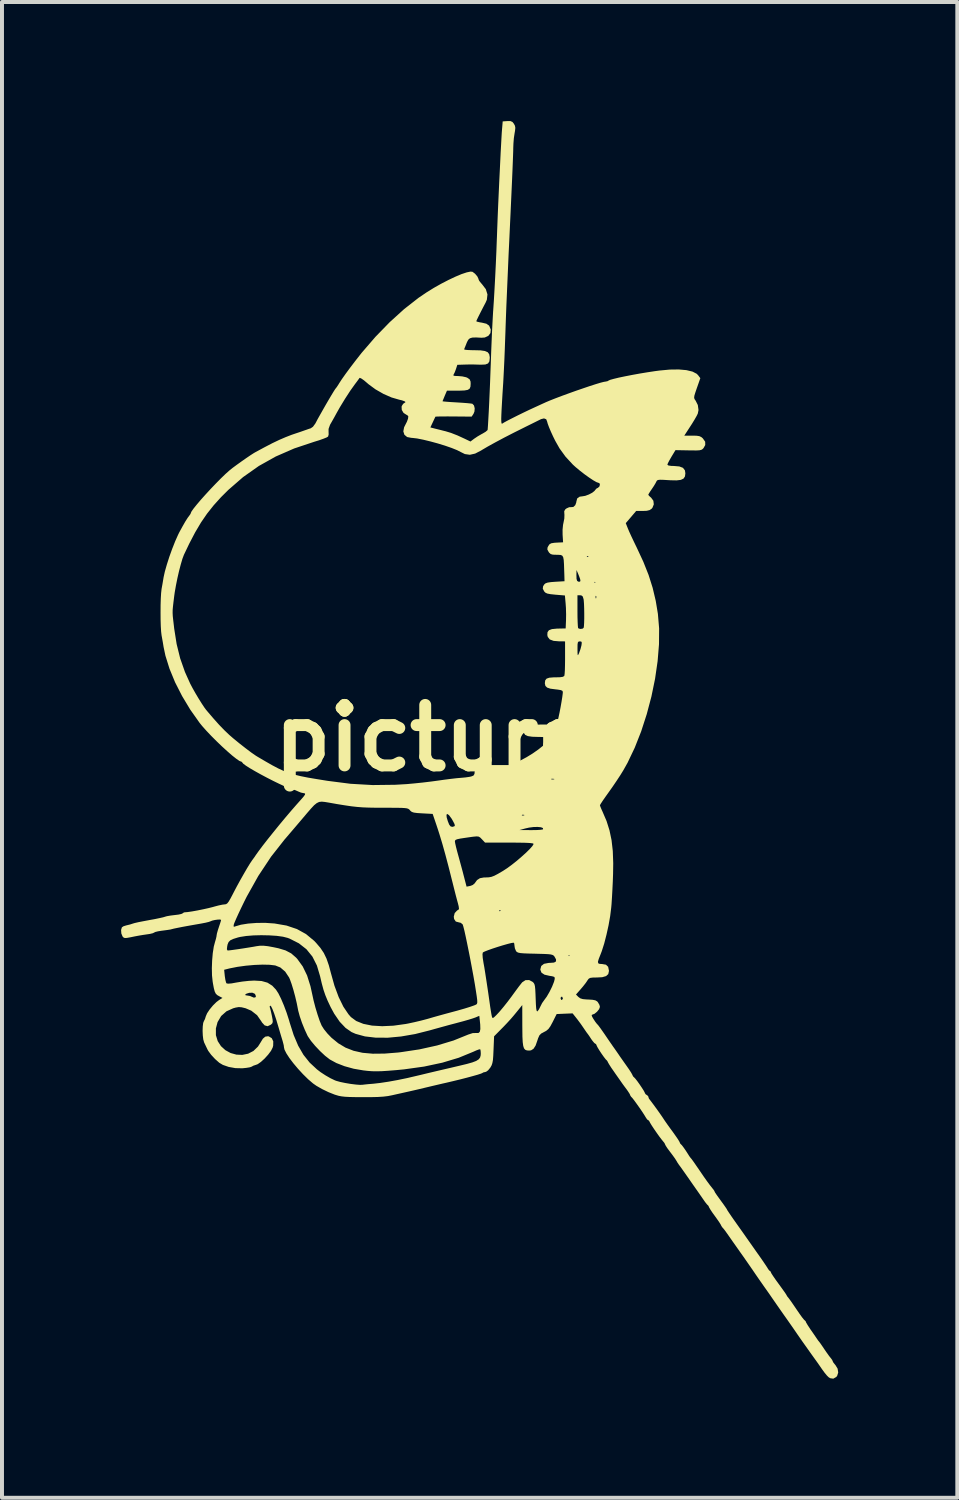
<source format=kicad_pcb>
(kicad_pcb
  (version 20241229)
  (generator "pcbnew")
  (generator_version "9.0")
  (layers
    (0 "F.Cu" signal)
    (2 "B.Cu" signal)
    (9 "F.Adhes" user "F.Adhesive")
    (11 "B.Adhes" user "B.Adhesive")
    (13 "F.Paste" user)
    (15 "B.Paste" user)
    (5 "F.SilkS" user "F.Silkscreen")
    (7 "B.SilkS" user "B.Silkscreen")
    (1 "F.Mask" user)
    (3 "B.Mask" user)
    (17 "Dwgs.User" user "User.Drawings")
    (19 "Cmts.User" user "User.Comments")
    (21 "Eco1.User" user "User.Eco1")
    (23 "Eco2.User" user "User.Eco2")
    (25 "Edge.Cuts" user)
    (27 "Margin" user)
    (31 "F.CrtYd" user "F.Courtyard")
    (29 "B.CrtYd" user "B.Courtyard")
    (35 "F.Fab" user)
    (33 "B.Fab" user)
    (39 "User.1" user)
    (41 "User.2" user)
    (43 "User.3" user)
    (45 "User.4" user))
  (footprint "picture"
    (layer "F.Cu")
    (at 7.842 15.54)
    (property "Reference" "picture" (at 0 0 0) (layer "F.SilkS") (effects (font (size 1.524 1.524) (thickness 0.3))))
    (attr board_only exclude_from_pos_files exclude_from_bom)
    (fp_poly (pts (xy 1.966 -15.54) (xy 2.016 -15.518) (xy 2.052 -15.473) (xy 2.079 -15.422) (xy 2.088 -15.369) (xy 2.08 -15.293) (xy 2.069 -15.23) (xy 2.051 -15.111) (xy 2.04 -14.969) (xy 2.036 -14.859) (xy 2.035 -14.794) (xy 2.031 -14.679) (xy 2.025 -14.517) (xy 2.017 -14.316) (xy 2.007 -14.081) (xy 1.995 -13.817) (xy 1.982 -13.53) (xy 1.968 -13.224) (xy 1.953 -12.907) (xy 1.952 -12.884) (xy 1.936 -12.541) (xy 1.919 -12.19) (xy 1.904 -11.84) (xy 1.889 -11.498) (xy 1.875 -11.174) (xy 1.862 -10.875) (xy 1.852 -10.611) (xy 1.844 -10.389) (xy 1.84 -10.265) (xy 1.831 -10.021) (xy 1.822 -9.77) (xy 1.812 -9.523) (xy 1.801 -9.295) (xy 1.791 -9.097) (xy 1.783 -8.948) (xy 1.765 -8.673) (xy 1.752 -8.449) (xy 1.742 -8.272) (xy 1.736 -8.137) (xy 1.733 -8.039) (xy 1.735 -7.973) (xy 1.739 -7.935) (xy 1.747 -7.918) (xy 1.758 -7.919) (xy 1.762 -7.922) (xy 1.804 -7.948) (xy 1.888 -7.994) (xy 2.003 -8.053) (xy 2.138 -8.121) (xy 2.285 -8.193) (xy 2.433 -8.264) (xy 2.563 -8.324) (xy 2.672 -8.374) (xy 2.772 -8.42) (xy 2.843 -8.452) (xy 2.846 -8.454) (xy 2.952 -8.499) (xy 3.091 -8.554) (xy 3.254 -8.616) (xy 3.432 -8.681) (xy 3.616 -8.747) (xy 3.797 -8.809) (xy 3.967 -8.867) (xy 4.117 -8.915) (xy 4.237 -8.951) (xy 4.319 -8.972) (xy 4.348 -8.976) (xy 4.409 -8.988) (xy 4.433 -9.002) (xy 4.475 -9.022) (xy 4.565 -9.047) (xy 4.693 -9.078) (xy 4.851 -9.111) (xy 5.03 -9.146) (xy 5.222 -9.181) (xy 5.417 -9.213) (xy 5.607 -9.242) (xy 5.721 -9.257) (xy 5.979 -9.281) (xy 6.206 -9.284) (xy 6.398 -9.267) (xy 6.551 -9.23) (xy 6.657 -9.175) (xy 6.692 -9.139) (xy 6.748 -9.065) (xy 6.661 -8.817) (xy 6.621 -8.7) (xy 6.598 -8.624) (xy 6.592 -8.575) (xy 6.6 -8.541) (xy 6.621 -8.509) (xy 6.628 -8.501) (xy 6.685 -8.388) (xy 6.702 -8.262) (xy 6.684 -8.172) (xy 6.655 -8.113) (xy 6.603 -8.022) (xy 6.537 -7.914) (xy 6.498 -7.854) (xy 6.344 -7.617) (xy 6.543 -7.617) (xy 6.653 -7.615) (xy 6.724 -7.604) (xy 6.774 -7.58) (xy 6.811 -7.548) (xy 6.87 -7.464) (xy 6.872 -7.381) (xy 6.829 -7.304) (xy 6.803 -7.277) (xy 6.772 -7.259) (xy 6.724 -7.248) (xy 6.648 -7.244) (xy 6.532 -7.245) (xy 6.45 -7.246) (xy 6.122 -7.252) (xy 6.02 -7.084) (xy 5.969 -6.995) (xy 5.932 -6.924) (xy 5.918 -6.885) (xy 5.918 -6.884) (xy 5.945 -6.865) (xy 6.02 -6.854) (xy 6.082 -6.853) (xy 6.22 -6.841) (xy 6.311 -6.806) (xy 6.36 -6.742) (xy 6.371 -6.668) (xy 6.361 -6.589) (xy 6.325 -6.535) (xy 6.257 -6.503) (xy 6.15 -6.49) (xy 5.997 -6.493) (xy 5.945 -6.496) (xy 5.815 -6.504) (xy 5.731 -6.506) (xy 5.682 -6.5) (xy 5.656 -6.486) (xy 5.643 -6.465) (xy 5.617 -6.414) (xy 5.57 -6.337) (xy 5.531 -6.279) (xy 5.48 -6.204) (xy 5.446 -6.148) (xy 5.437 -6.128) (xy 5.457 -6.1) (xy 5.505 -6.057) (xy 5.508 -6.055) (xy 5.565 -5.978) (xy 5.576 -5.886) (xy 5.54 -5.797) (xy 5.522 -5.777) (xy 5.471 -5.742) (xy 5.398 -5.724) (xy 5.299 -5.72) (xy 5.132 -5.72) (xy 5.001 -5.566) (xy 4.87 -5.413) (xy 4.924 -5.276) (xy 4.957 -5.198) (xy 5.009 -5.084) (xy 5.073 -4.949) (xy 5.141 -4.808) (xy 5.147 -4.796) (xy 5.313 -4.439) (xy 5.445 -4.107) (xy 5.547 -3.784) (xy 5.625 -3.455) (xy 5.679 -3.129) (xy 5.71 -2.763) (xy 5.707 -2.362) (xy 5.672 -1.936) (xy 5.608 -1.494) (xy 5.516 -1.046) (xy 5.398 -0.601) (xy 5.258 -0.168) (xy 5.096 0.243) (xy 4.915 0.623) (xy 4.807 0.815) (xy 4.733 0.935) (xy 4.637 1.081) (xy 4.533 1.234) (xy 4.443 1.361) (xy 4.361 1.476) (xy 4.292 1.575) (xy 4.243 1.65) (xy 4.22 1.69) (xy 4.219 1.693) (xy 4.231 1.73) (xy 4.26 1.8) (xy 4.286 1.857) (xy 4.386 2.09) (xy 4.46 2.325) (xy 4.512 2.573) (xy 4.543 2.845) (xy 4.554 3.151) (xy 4.55 3.424) (xy 4.543 3.621) (xy 4.533 3.826) (xy 4.522 4.021) (xy 4.511 4.189) (xy 4.503 4.276) (xy 4.477 4.486) (xy 4.436 4.718) (xy 4.384 4.953) (xy 4.327 5.175) (xy 4.266 5.367) (xy 4.234 5.451) (xy 4.189 5.564) (xy 4.169 5.634) (xy 4.176 5.673) (xy 4.21 5.688) (xy 4.274 5.692) (xy 4.275 5.692) (xy 4.371 5.709) (xy 4.426 5.762) (xy 4.446 5.858) (xy 4.446 5.869) (xy 4.429 5.946) (xy 4.374 5.996) (xy 4.277 6.024) (xy 4.145 6.031) (xy 4.04 6.033) (xy 3.976 6.041) (xy 3.938 6.061) (xy 3.909 6.097) (xy 3.902 6.11) (xy 3.858 6.174) (xy 3.792 6.258) (xy 3.736 6.324) (xy 3.616 6.46) (xy 3.676 6.521) (xy 3.724 6.556) (xy 3.789 6.576) (xy 3.89 6.585) (xy 3.927 6.586) (xy 4.036 6.593) (xy 4.104 6.607) (xy 4.149 6.633) (xy 4.168 6.655) (xy 4.206 6.72) (xy 4.219 6.772) (xy 4.198 6.829) (xy 4.146 6.894) (xy 4.082 6.946) (xy 4.029 6.966) (xy 4.01 6.977) (xy 4.022 7.018) (xy 4.053 7.072) (xy 4.1 7.144) (xy 4.141 7.197) (xy 4.151 7.207) (xy 4.181 7.241) (xy 4.233 7.311) (xy 4.299 7.405) (xy 4.338 7.461) (xy 4.416 7.576) (xy 4.493 7.688) (xy 4.556 7.779) (xy 4.575 7.805) (xy 4.631 7.885) (xy 4.678 7.953) (xy 4.693 7.975) (xy 4.724 8.021) (xy 4.779 8.099) (xy 4.848 8.197) (xy 4.884 8.248) (xy 4.952 8.345) (xy 5.005 8.427) (xy 5.035 8.481) (xy 5.04 8.494) (xy 5.061 8.531) (xy 5.076 8.543) (xy 5.109 8.577) (xy 5.161 8.643) (xy 5.22 8.726) (xy 5.278 8.812) (xy 5.325 8.886) (xy 5.35 8.935) (xy 5.352 8.944) (xy 5.374 8.976) (xy 5.394 8.987) (xy 5.432 9.017) (xy 5.437 9.033) (xy 5.453 9.081) (xy 5.466 9.098) (xy 5.509 9.154) (xy 5.574 9.241) (xy 5.649 9.344) (xy 5.722 9.446) (xy 5.783 9.534) (xy 5.817 9.585) (xy 5.856 9.644) (xy 5.919 9.734) (xy 5.996 9.841) (xy 6.05 9.914) (xy 6.123 10.017) (xy 6.183 10.104) (xy 6.22 10.165) (xy 6.23 10.188) (xy 6.248 10.224) (xy 6.254 10.227) (xy 6.283 10.256) (xy 6.336 10.326) (xy 6.405 10.428) (xy 6.47 10.531) (xy 6.503 10.576) (xy 6.516 10.59) (xy 6.538 10.618) (xy 6.585 10.683) (xy 6.649 10.776) (xy 6.725 10.886) (xy 6.726 10.888) (xy 6.831 11.042) (xy 6.916 11.162) (xy 6.989 11.261) (xy 7.061 11.352) (xy 7.08 11.375) (xy 7.105 11.414) (xy 7.107 11.425) (xy 7.123 11.453) (xy 7.165 11.515) (xy 7.227 11.601) (xy 7.263 11.651) (xy 7.331 11.744) (xy 7.384 11.82) (xy 7.415 11.866) (xy 7.419 11.876) (xy 7.434 11.903) (xy 7.476 11.966) (xy 7.538 12.057) (xy 7.614 12.166) (xy 7.615 12.167) (xy 7.724 12.321) (xy 7.827 12.466) (xy 7.932 12.616) (xy 8.049 12.782) (xy 8.186 12.977) (xy 8.248 13.064) (xy 8.323 13.172) (xy 8.388 13.268) (xy 8.435 13.339) (xy 8.452 13.368) (xy 8.483 13.412) (xy 8.502 13.422) (xy 8.522 13.444) (xy 8.523 13.452) (xy 8.539 13.486) (xy 8.583 13.554) (xy 8.647 13.647) (xy 8.722 13.75) (xy 8.799 13.856) (xy 8.862 13.944) (xy 8.905 14.007) (xy 8.92 14.033) (xy 8.937 14.064) (xy 8.955 14.085) (xy 8.984 14.122) (xy 9.037 14.195) (xy 9.105 14.294) (xy 9.173 14.394) (xy 9.247 14.502) (xy 9.31 14.59) (xy 9.357 14.648) (xy 9.378 14.668) (xy 9.401 14.689) (xy 9.401 14.693) (xy 9.416 14.728) (xy 9.456 14.794) (xy 9.512 14.879) (xy 9.515 14.885) (xy 9.581 14.979) (xy 9.64 15.065) (xy 9.678 15.121) (xy 9.716 15.176) (xy 9.741 15.206) (xy 9.763 15.235) (xy 9.807 15.298) (xy 9.864 15.382) (xy 9.869 15.39) (xy 9.933 15.483) (xy 9.991 15.564) (xy 10.031 15.614) (xy 10.069 15.665) (xy 10.081 15.694) (xy 10.098 15.729) (xy 10.142 15.784) (xy 10.152 15.795) (xy 10.206 15.884) (xy 10.221 15.981) (xy 10.194 16.066) (xy 10.171 16.094) (xy 10.097 16.136) (xy 10.021 16.125) (xy 9.981 16.101) (xy 9.937 16.058) (xy 9.876 15.984) (xy 9.812 15.896) (xy 9.752 15.809) (xy 9.704 15.74) (xy 9.677 15.702) (xy 9.677 15.702) (xy 9.638 15.648) (xy 9.574 15.559) (xy 9.495 15.448) (xy 9.408 15.325) (xy 9.321 15.203) (xy 9.244 15.092) (xy 9.184 15.006) (xy 9.166 14.979) (xy 9.106 14.892) (xy 9.024 14.774) (xy 8.933 14.644) (xy 8.86 14.541) (xy 8.771 14.414) (xy 8.684 14.289) (xy 8.609 14.181) (xy 8.564 14.116) (xy 8.489 14.007) (xy 8.406 13.889) (xy 8.366 13.833) (xy 8.303 13.743) (xy 8.222 13.627) (xy 8.138 13.505) (xy 8.111 13.465) (xy 8.03 13.347) (xy 7.93 13.203) (xy 7.825 13.052) (xy 7.746 12.941) (xy 7.654 12.81) (xy 7.562 12.68) (xy 7.482 12.565) (xy 7.428 12.488) (xy 7.37 12.407) (xy 7.323 12.348) (xy 7.299 12.322) (xy 7.278 12.29) (xy 7.277 12.287) (xy 7.261 12.254) (xy 7.219 12.187) (xy 7.157 12.099) (xy 7.122 12.05) (xy 7.053 11.955) (xy 7 11.875) (xy 6.97 11.824) (xy 6.966 11.812) (xy 6.948 11.777) (xy 6.945 11.775) (xy 6.916 11.747) (xy 6.872 11.692) (xy 6.864 11.681) (xy 6.696 11.439) (xy 6.557 11.241) (xy 6.446 11.081) (xy 6.359 10.957) (xy 6.294 10.865) (xy 6.249 10.802) (xy 6.22 10.763) (xy 6.206 10.744) (xy 6.174 10.697) (xy 6.145 10.647) (xy 6.109 10.59) (xy 6.05 10.508) (xy 5.985 10.422) (xy 5.924 10.341) (xy 5.88 10.275) (xy 5.862 10.24) (xy 5.862 10.239) (xy 5.844 10.2) (xy 5.818 10.168) (xy 5.777 10.118) (xy 5.718 10.041) (xy 5.651 9.947) (xy 5.584 9.85) (xy 5.525 9.761) (xy 5.483 9.692) (xy 5.465 9.656) (xy 5.465 9.656) (xy 5.444 9.628) (xy 5.438 9.628) (xy 5.407 9.605) (xy 5.375 9.557) (xy 5.338 9.496) (xy 5.283 9.411) (xy 5.216 9.313) (xy 5.147 9.216) (xy 5.084 9.129) (xy 5.035 9.066) (xy 5.008 9.038) (xy 5.007 9.038) (xy 4.984 9.005) (xy 4.984 9.001) (xy 4.968 8.964) (xy 4.927 8.9) (xy 4.892 8.85) (xy 4.832 8.77) (xy 4.782 8.701) (xy 4.764 8.675) (xy 4.732 8.629) (xy 4.677 8.551) (xy 4.608 8.453) (xy 4.573 8.402) (xy 4.505 8.305) (xy 4.453 8.223) (xy 4.422 8.17) (xy 4.417 8.157) (xy 4.397 8.123) (xy 4.395 8.122) (xy 4.365 8.093) (xy 4.317 8.031) (xy 4.259 7.949) (xy 4.203 7.864) (xy 4.159 7.791) (xy 4.135 7.743) (xy 4.134 7.736) (xy 4.116 7.704) (xy 4.106 7.702) (xy 4.076 7.68) (xy 4.03 7.624) (xy 4 7.582) (xy 3.953 7.51) (xy 3.918 7.46) (xy 3.908 7.447) (xy 3.885 7.417) (xy 3.843 7.356) (xy 3.809 7.306) (xy 3.738 7.203) (xy 3.657 7.094) (xy 3.628 7.057) (xy 3.531 6.935) (xy 3.33 6.943) (xy 3.129 6.952) (xy 3.03 7.15) (xy 2.972 7.258) (xy 2.922 7.328) (xy 2.866 7.375) (xy 2.81 7.405) (xy 2.738 7.444) (xy 2.694 7.49) (xy 2.662 7.562) (xy 2.644 7.617) (xy 2.598 7.747) (xy 2.546 7.827) (xy 2.484 7.866) (xy 2.435 7.872) (xy 2.38 7.868) (xy 2.338 7.852) (xy 2.307 7.816) (xy 2.287 7.754) (xy 2.274 7.658) (xy 2.267 7.523) (xy 2.265 7.341) (xy 2.264 7.247) (xy 2.263 6.725) (xy 2.206 6.796) (xy 2.155 6.859) (xy 2.087 6.942) (xy 2.044 6.994) (xy 1.976 7.073) (xy 1.883 7.175) (xy 1.783 7.28) (xy 1.746 7.317) (xy 1.553 7.513) (xy 1.539 7.855) (xy 1.532 8.005) (xy 1.524 8.111) (xy 1.51 8.186) (xy 1.491 8.243) (xy 1.462 8.295) (xy 1.456 8.304) (xy 1.403 8.369) (xy 1.352 8.406) (xy 1.336 8.41) (xy 1.278 8.424) (xy 1.259 8.437) (xy 1.222 8.453) (xy 1.139 8.48) (xy 1.019 8.514) (xy 0.871 8.554) (xy 0.704 8.597) (xy 0.527 8.64) (xy 0.354 8.681) (xy 0.26 8.702) (xy 0.128 8.733) (xy -0.025 8.769) (xy -0.18 8.806) (xy -0.184 8.807) (xy -0.334 8.843) (xy -0.476 8.876) (xy -0.595 8.903) (xy -0.675 8.921) (xy -0.68 8.922) (xy -0.773 8.943) (xy -0.895 8.97) (xy -1.019 8.998) (xy -1.019 8.998) (xy -1.122 9.018) (xy -1.238 9.032) (xy -1.379 9.041) (xy -1.556 9.045) (xy -1.756 9.045) (xy -1.947 9.044) (xy -2.093 9.041) (xy -2.204 9.035) (xy -2.291 9.025) (xy -2.364 9.011) (xy -2.434 8.99) (xy -2.463 8.981) (xy -2.619 8.919) (xy -2.78 8.841) (xy -2.923 8.759) (xy -3.007 8.7) (xy -3.132 8.593) (xy -3.26 8.467) (xy -3.386 8.33) (xy -3.503 8.191) (xy -3.603 8.059) (xy -3.679 7.942) (xy -3.726 7.848) (xy -3.738 7.797) (xy -3.746 7.736) (xy -3.768 7.65) (xy -3.778 7.615) (xy -3.806 7.524) (xy -3.842 7.403) (xy -3.878 7.28) (xy -3.879 7.277) (xy -3.935 7.09) (xy -3.986 6.938) (xy -4.03 6.825) (xy -4.064 6.757) (xy -4.084 6.739) (xy -4.1 6.76) (xy -4.096 6.781) (xy -4.082 6.829) (xy -4.062 6.913) (xy -4.044 6.996) (xy -4.026 7.092) (xy -4.022 7.15) (xy -4.034 7.186) (xy -4.065 7.216) (xy -4.073 7.222) (xy -4.151 7.258) (xy -4.225 7.238) (xy -4.292 7.165) (xy -4.311 7.133) (xy -4.417 6.981) (xy -4.563 6.867) (xy -4.706 6.806) (xy -4.804 6.782) (xy -4.877 6.776) (xy -4.955 6.789) (xy -5.019 6.807) (xy -5.188 6.883) (xy -5.321 7.001) (xy -5.412 7.155) (xy -5.454 7.313) (xy -5.454 7.484) (xy -5.408 7.634) (xy -5.326 7.761) (xy -5.215 7.862) (xy -5.083 7.934) (xy -4.938 7.974) (xy -4.789 7.981) (xy -4.643 7.951) (xy -4.509 7.882) (xy -4.394 7.771) (xy -4.333 7.675) (xy -4.271 7.573) (xy -4.21 7.521) (xy -4.142 7.511) (xy -4.119 7.516) (xy -4.047 7.56) (xy -4.009 7.64) (xy -4.011 7.747) (xy -4.024 7.796) (xy -4.066 7.879) (xy -4.138 7.975) (xy -4.226 8.072) (xy -4.318 8.156) (xy -4.4 8.214) (xy -4.439 8.229) (xy -4.51 8.253) (xy -4.553 8.277) (xy -4.598 8.293) (xy -4.682 8.307) (xy -4.787 8.318) (xy -4.794 8.318) (xy -4.963 8.314) (xy -5.131 8.284) (xy -5.278 8.233) (xy -5.369 8.179) (xy -5.476 8.084) (xy -5.574 7.978) (xy -5.647 7.879) (xy -5.667 7.842) (xy -5.71 7.752) (xy -5.751 7.666) (xy -5.752 7.662) (xy -5.772 7.591) (xy -5.784 7.489) (xy -5.789 7.374) (xy -5.785 7.264) (xy -5.774 7.176) (xy -5.757 7.132) (xy -5.729 7.077) (xy -5.708 7.008) (xy -5.675 6.932) (xy -5.611 6.836) (xy -5.529 6.737) (xy -5.441 6.65) (xy -5.371 6.597) (xy -5.288 6.546) (xy -5.373 6.502) (xy -5.423 6.473) (xy -5.434 6.461) (xy -4.716 6.461) (xy -4.707 6.479) (xy -4.667 6.485) (xy -4.595 6.497) (xy -4.559 6.513) (xy -4.496 6.539) (xy -4.454 6.528) (xy -4.446 6.502) (xy -4.47 6.444) (xy -4.533 6.415) (xy -4.612 6.417) (xy -4.682 6.438) (xy -4.716 6.461) (xy -5.434 6.461) (xy -5.458 6.437) (xy -5.484 6.383) (xy -5.506 6.3) (xy -5.529 6.176) (xy -5.536 6.131) (xy -5.552 5.979) (xy -5.555 5.837) (xy -5.246 5.837) (xy -5.23 5.995) (xy -5.216 6.087) (xy -5.199 6.155) (xy -5.187 6.179) (xy -5.146 6.187) (xy -5.059 6.18) (xy -4.938 6.158) (xy -4.79 6.134) (xy -4.624 6.116) (xy -4.488 6.109) (xy -4.303 6.12) (xy -4.156 6.161) (xy -4.034 6.238) (xy -3.941 6.337) (xy -3.88 6.431) (xy -3.812 6.568) (xy -3.741 6.735) (xy -3.672 6.92) (xy -3.611 7.11) (xy -3.596 7.164) (xy -3.495 7.481) (xy -3.381 7.75) (xy -3.249 7.978) (xy -3.093 8.174) (xy -2.909 8.345) (xy -2.818 8.415) (xy -2.696 8.495) (xy -2.569 8.568) (xy -2.456 8.622) (xy -2.421 8.635) (xy -2.32 8.663) (xy -2.194 8.689) (xy -2.057 8.712) (xy -1.928 8.728) (xy -1.821 8.736) (xy -1.756 8.733) (xy -1.708 8.727) (xy -1.622 8.718) (xy -1.512 8.709) (xy -1.487 8.707) (xy -1.313 8.687) (xy -1.102 8.655) (xy -0.871 8.613) (xy -0.634 8.564) (xy -0.524 8.538) (xy -0.421 8.514) (xy -0.285 8.482) (xy -0.137 8.446) (xy -0.057 8.427) (xy 0.082 8.394) (xy 0.257 8.353) (xy 0.447 8.309) (xy 0.633 8.265) (xy 0.68 8.254) (xy 0.867 8.209) (xy 1.005 8.17) (xy 1.102 8.133) (xy 1.165 8.093) (xy 1.2 8.048) (xy 1.215 7.993) (xy 1.218 7.944) (xy 1.214 7.877) (xy 1.204 7.84) (xy 1.204 7.839) (xy 1.173 7.843) (xy 1.107 7.867) (xy 1.027 7.903) (xy 0.662 8.053) (xy 0.249 8.177) (xy -0.21 8.275) (xy -0.713 8.345) (xy -0.92 8.365) (xy -1.119 8.381) (xy -1.276 8.391) (xy -1.406 8.394) (xy -1.521 8.392) (xy -1.637 8.383) (xy -1.741 8.371) (xy -1.981 8.33) (xy -2.213 8.266) (xy -2.419 8.186) (xy -2.586 8.095) (xy -2.587 8.094) (xy -2.705 8.002) (xy -2.831 7.884) (xy -2.954 7.754) (xy -3.06 7.627) (xy -3.136 7.515) (xy -3.147 7.495) (xy -3.218 7.341) (xy -3.286 7.173) (xy -3.342 7.008) (xy -3.38 6.869) (xy -3.386 6.838) (xy -3.417 6.68) (xy -3.457 6.51) (xy -3.502 6.343) (xy -3.548 6.193) (xy -3.59 6.077) (xy -3.61 6.032) (xy -3.709 5.883) (xy -3.831 5.779) (xy -3.958 5.728) (xy -4.098 5.711) (xy -4.277 5.707) (xy -4.482 5.715) (xy -4.698 5.734) (xy -4.91 5.763) (xy -5.103 5.801) (xy -5.136 5.809) (xy -5.246 5.837) (xy -5.555 5.837) (xy -5.556 5.798) (xy -5.549 5.606) (xy -5.533 5.42) (xy -5.517 5.318) (xy -5.177 5.318) (xy -5.164 5.348) (xy -5.15 5.351) (xy -5.099 5.346) (xy -5.008 5.334) (xy -4.888 5.317) (xy -4.756 5.297) (xy -4.625 5.276) (xy -4.509 5.257) (xy -4.432 5.243) (xy -4.344 5.231) (xy -4.253 5.231) (xy -4.143 5.243) (xy -4.002 5.269) (xy -3.879 5.295) (xy -3.7 5.349) (xy -3.557 5.424) (xy -3.433 5.532) (xy -3.403 5.565) (xy -3.267 5.753) (xy -3.157 5.98) (xy -3.072 6.251) (xy -3.03 6.442) (xy -2.994 6.608) (xy -2.947 6.788) (xy -2.893 6.966) (xy -2.84 7.123) (xy -2.791 7.241) (xy -2.733 7.333) (xy -2.646 7.441) (xy -2.545 7.546) (xy -2.542 7.549) (xy -2.371 7.689) (xy -2.188 7.798) (xy -1.986 7.877) (xy -1.76 7.928) (xy -1.502 7.951) (xy -1.206 7.948) (xy -0.866 7.921) (xy -0.8 7.913) (xy -0.328 7.842) (xy 0.119 7.743) (xy 0.532 7.618) (xy 0.901 7.469) (xy 1.014 7.432) (xy 1.104 7.429) (xy 1.16 7.429) (xy 1.193 7.399) (xy 1.207 7.331) (xy 1.204 7.218) (xy 1.198 7.159) (xy 1.181 6.997) (xy 1.081 7.039) (xy 1.015 7.062) (xy 0.909 7.095) (xy 0.776 7.133) (xy 0.629 7.172) (xy 0.608 7.178) (xy 0.433 7.224) (xy 0.244 7.276) (xy 0.063 7.326) (xy -0.068 7.363) (xy -0.437 7.456) (xy -0.79 7.517) (xy -1.122 7.548) (xy -1.427 7.547) (xy -1.7 7.515) (xy -1.934 7.451) (xy -2.037 7.406) (xy -2.188 7.301) (xy -2.336 7.145) (xy -2.474 6.943) (xy -2.564 6.777) (xy -2.639 6.618) (xy -2.697 6.478) (xy -2.744 6.34) (xy -2.787 6.182) (xy -2.83 5.998) (xy -2.91 5.729) (xy -3.023 5.505) (xy -3.173 5.32) (xy -3.363 5.171) (xy -3.596 5.053) (xy -3.646 5.034) (xy -3.764 5.004) (xy -3.924 4.982) (xy -4.111 4.97) (xy -4.311 4.966) (xy -4.51 4.971) (xy -4.692 4.986) (xy -4.845 5.01) (xy -4.899 5.023) (xy -5.017 5.06) (xy -5.091 5.095) (xy -5.134 5.138) (xy -5.159 5.197) (xy -5.169 5.246) (xy -5.177 5.318) (xy -5.517 5.318) (xy -5.508 5.257) (xy -5.478 5.143) (xy -5.453 5.058) (xy -5.438 4.99) (xy -5.437 4.976) (xy -5.428 4.923) (xy -5.404 4.838) (xy -5.38 4.765) (xy -5.373 4.743) (xy -5.01 4.743) (xy -4.993 4.753) (xy -4.967 4.744) (xy -4.824 4.702) (xy -4.641 4.673) (xy -4.431 4.657) (xy -4.209 4.655) (xy -3.989 4.67) (xy -3.976 4.671) (xy -3.675 4.723) (xy -3.413 4.811) (xy -3.185 4.937) (xy -2.982 5.105) (xy -2.932 5.157) (xy -2.822 5.286) (xy -2.736 5.414) (xy -2.668 5.555) (xy -2.609 5.725) (xy -2.56 5.909) (xy -2.468 6.238) (xy -2.361 6.526) (xy -2.243 6.767) (xy -2.114 6.958) (xy -2.053 7.028) (xy -1.919 7.127) (xy -1.74 7.199) (xy -1.521 7.243) (xy -1.266 7.258) (xy -0.982 7.245) (xy -0.672 7.202) (xy -0.609 7.19) (xy -0.455 7.157) (xy -0.29 7.118) (xy -0.142 7.079) (xy -0.099 7.067) (xy 0.034 7.028) (xy 0.195 6.983) (xy 0.355 6.939) (xy 0.411 6.924) (xy 0.623 6.867) (xy 0.805 6.815) (xy 0.95 6.77) (xy 1.053 6.734) (xy 1.105 6.711) (xy 1.122 6.693) (xy 1.13 6.66) (xy 1.128 6.6) (xy 1.116 6.505) (xy 1.097 6.38) (xy 1.068 6.197) (xy 1.033 5.997) (xy 0.994 5.786) (xy 0.954 5.573) (xy 0.929 5.445) (xy 1.261 5.445) (xy 1.267 5.537) (xy 1.287 5.666) (xy 1.307 5.775) (xy 1.331 5.926) (xy 1.358 6.101) (xy 1.386 6.287) (xy 1.405 6.414) (xy 1.434 6.618) (xy 1.456 6.774) (xy 1.474 6.887) (xy 1.487 6.964) (xy 1.497 7.012) (xy 1.506 7.038) (xy 1.515 7.049) (xy 1.525 7.051) (xy 1.526 7.051) (xy 1.555 7.031) (xy 1.61 6.978) (xy 1.681 6.902) (xy 1.705 6.874) (xy 1.793 6.769) (xy 1.896 6.639) (xy 1.996 6.506) (xy 2.032 6.456) (xy 2.111 6.348) (xy 2.183 6.251) (xy 2.24 6.179) (xy 2.262 6.152) (xy 2.344 6.098) (xy 2.437 6.096) (xy 2.523 6.141) (xy 2.55 6.167) (xy 2.569 6.2) (xy 2.582 6.25) (xy 2.59 6.329) (xy 2.596 6.446) (xy 2.6 6.552) (xy 2.606 6.703) (xy 2.613 6.804) (xy 2.623 6.862) (xy 2.635 6.884) (xy 2.648 6.881) (xy 2.683 6.835) (xy 2.718 6.764) (xy 2.72 6.76) (xy 2.763 6.675) (xy 2.812 6.606) (xy 2.849 6.555) (xy 3.228 6.555) (xy 3.243 6.593) (xy 3.256 6.598) (xy 3.282 6.575) (xy 3.285 6.555) (xy 3.269 6.518) (xy 3.256 6.513) (xy 3.231 6.536) (xy 3.228 6.555) (xy 2.849 6.555) (xy 2.878 6.516) (xy 2.949 6.394) (xy 3.014 6.262) (xy 3.062 6.141) (xy 3.077 6.084) (xy 3.082 6.04) (xy 3.066 6.015) (xy 3.016 6) (xy 2.947 5.989) (xy 2.822 5.96) (xy 2.747 5.91) (xy 2.719 5.839) (xy 2.718 5.826) (xy 2.741 5.741) (xy 2.81 5.687) (xy 2.926 5.664) (xy 2.963 5.663) (xy 3.064 5.655) (xy 3.113 5.626) (xy 3.113 5.574) (xy 3.073 5.502) (xy 3.053 5.479) (xy 3.426 5.479) (xy 3.44 5.493) (xy 3.455 5.479) (xy 3.44 5.465) (xy 3.426 5.479) (xy 3.053 5.479) (xy 3.053 5.479) (xy 3.025 5.463) (xy 2.981 5.451) (xy 2.911 5.443) (xy 2.805 5.438) (xy 2.655 5.434) (xy 2.589 5.432) (xy 2.42 5.428) (xy 2.298 5.423) (xy 2.215 5.416) (xy 2.162 5.405) (xy 2.13 5.39) (xy 2.109 5.37) (xy 2.107 5.368) (xy 2.077 5.297) (xy 2.067 5.233) (xy 2.061 5.176) (xy 2.046 5.154) (xy 1.987 5.163) (xy 1.892 5.187) (xy 1.773 5.221) (xy 1.643 5.261) (xy 1.515 5.303) (xy 1.402 5.343) (xy 1.316 5.377) (xy 1.271 5.4) (xy 1.27 5.401) (xy 1.261 5.445) (xy 0.929 5.445) (xy 0.913 5.365) (xy 0.874 5.172) (xy 0.838 5) (xy 0.807 4.859) (xy 0.781 4.756) (xy 0.764 4.699) (xy 0.762 4.695) (xy 0.714 4.654) (xy 0.67 4.644) (xy 0.589 4.622) (xy 0.546 4.558) (xy 0.538 4.499) (xy 0.561 4.409) (xy 0.622 4.343) (xy 0.623 4.342) (xy 1.68 4.342) (xy 1.684 4.359) (xy 1.699 4.361) (xy 1.722 4.35) (xy 1.718 4.342) (xy 1.684 4.338) (xy 1.68 4.342) (xy 0.623 4.342) (xy 0.654 4.327) (xy 0.669 4.301) (xy 0.661 4.237) (xy 0.642 4.161) (xy 0.619 4.077) (xy 0.586 3.953) (xy 0.548 3.803) (xy 0.508 3.643) (xy 0.496 3.596) (xy 0.408 3.247) (xy 0.328 2.944) (xy 0.253 2.675) (xy 0.232 2.605) (xy 0.566 2.605) (xy 0.574 2.654) (xy 0.594 2.742) (xy 0.622 2.852) (xy 0.633 2.892) (xy 0.67 3.026) (xy 0.714 3.188) (xy 0.759 3.354) (xy 0.78 3.436) (xy 0.86 3.743) (xy 0.947 3.726) (xy 1.017 3.7) (xy 1.062 3.662) (xy 1.125 3.576) (xy 1.197 3.53) (xy 1.296 3.512) (xy 1.345 3.511) (xy 1.42 3.508) (xy 1.486 3.496) (xy 1.558 3.469) (xy 1.65 3.421) (xy 1.775 3.348) (xy 1.881 3.279) (xy 2.001 3.191) (xy 2.127 3.091) (xy 2.249 2.986) (xy 2.361 2.885) (xy 2.454 2.793) (xy 2.519 2.719) (xy 2.548 2.67) (xy 2.548 2.665) (xy 2.526 2.653) (xy 2.458 2.644) (xy 2.341 2.638) (xy 2.172 2.635) (xy 1.95 2.633) (xy 1.937 2.633) (xy 1.325 2.633) (xy 1.247 2.55) (xy 1.204 2.506) (xy 1.166 2.483) (xy 1.115 2.477) (xy 1.035 2.484) (xy 0.974 2.492) (xy 0.815 2.515) (xy 0.703 2.532) (xy 0.631 2.547) (xy 0.59 2.562) (xy 0.571 2.58) (xy 0.566 2.602) (xy 0.566 2.605) (xy 0.232 2.605) (xy 0.179 2.43) (xy 0.143 2.317) (xy 2.195 2.317) (xy 2.483 2.319) (xy 2.605 2.318) (xy 2.705 2.313) (xy 2.77 2.304) (xy 2.787 2.297) (xy 2.783 2.267) (xy 2.734 2.247) (xy 2.652 2.239) (xy 2.548 2.241) (xy 2.433 2.256) (xy 2.336 2.278) (xy 2.195 2.317) (xy 0.143 2.317) (xy 0.104 2.199) (xy 0.088 2.152) (xy 0.013 1.931) (xy 0.354 1.931) (xy 0.359 1.997) (xy 0.387 2.092) (xy 0.422 2.18) (xy 0.456 2.224) (xy 0.498 2.237) (xy 0.502 2.237) (xy 0.552 2.223) (xy 0.566 2.2) (xy 0.552 2.157) (xy 0.515 2.086) (xy 0.48 2.026) (xy 0.421 1.947) (xy 2.249 1.947) (xy 2.277 1.952) (xy 2.314 1.946) (xy 2.314 1.937) (xy 2.276 1.93) (xy 2.26 1.935) (xy 2.249 1.947) (xy 0.421 1.947) (xy 0.418 1.943) (xy 0.375 1.912) (xy 0.354 1.931) (xy 0.013 1.931) (xy 0.006 1.911) (xy -0.254 1.897) (xy -0.381 1.889) (xy -0.465 1.878) (xy -0.518 1.861) (xy -0.553 1.834) (xy -0.566 1.819) (xy -0.585 1.798) (xy -0.608 1.783) (xy -0.642 1.771) (xy -0.695 1.764) (xy -0.776 1.759) (xy -0.891 1.757) (xy -1.048 1.756) (xy -1.229 1.756) (xy -1.436 1.755) (xy -1.607 1.752) (xy -1.756 1.746) (xy -1.897 1.735) (xy -2.041 1.719) (xy -2.204 1.695) (xy -2.397 1.664) (xy -2.605 1.627) (xy -2.708 1.61) (xy -2.788 1.602) (xy -2.854 1.61) (xy -2.914 1.639) (xy -2.98 1.692) (xy -3.059 1.777) (xy -3.163 1.897) (xy -3.214 1.958) (xy -3.323 2.086) (xy -3.452 2.238) (xy -3.587 2.396) (xy -3.71 2.54) (xy -3.714 2.543) (xy -4.063 2.987) (xy -4.386 3.474) (xy -4.678 3.996) (xy -4.739 4.117) (xy -4.816 4.276) (xy -4.885 4.422) (xy -4.941 4.545) (xy -4.981 4.638) (xy -5.001 4.689) (xy -5.001 4.69) (xy -5.01 4.743) (xy -5.373 4.743) (xy -5.35 4.675) (xy -5.329 4.608) (xy -5.324 4.581) (xy -5.348 4.571) (xy -5.407 4.573) (xy -5.481 4.583) (xy -5.549 4.599) (xy -5.593 4.617) (xy -5.632 4.631) (xy -5.713 4.651) (xy -5.822 4.672) (xy -5.89 4.684) (xy -6.022 4.707) (xy -6.163 4.732) (xy -6.299 4.757) (xy -6.42 4.781) (xy -6.512 4.8) (xy -6.564 4.813) (xy -6.569 4.814) (xy -6.586 4.82) (xy -6.616 4.825) (xy -6.673 4.834) (xy -6.769 4.847) (xy -6.817 4.853) (xy -6.912 4.868) (xy -6.981 4.885) (xy -7.008 4.899) (xy -7.043 4.916) (xy -7.113 4.933) (xy -7.158 4.94) (xy -7.282 4.958) (xy -7.385 4.975) (xy -7.493 4.995) (xy -7.599 5.017) (xy -7.694 5.034) (xy -7.749 5.037) (xy -7.782 5.023) (xy -7.805 4.998) (xy -7.836 4.922) (xy -7.842 4.834) (xy -7.822 4.768) (xy -7.782 4.741) (xy -7.712 4.719) (xy -7.702 4.717) (xy -7.617 4.696) (xy -7.548 4.674) (xy -7.546 4.673) (xy -7.498 4.659) (xy -7.406 4.638) (xy -7.284 4.614) (xy -7.145 4.588) (xy -7.136 4.586) (xy -6.997 4.561) (xy -6.877 4.536) (xy -6.787 4.516) (xy -6.739 4.502) (xy -6.738 4.501) (xy -6.688 4.487) (xy -6.602 4.472) (xy -6.497 4.459) (xy -6.398 4.447) (xy -6.325 4.431) (xy -6.291 4.415) (xy -6.291 4.415) (xy -6.259 4.392) (xy -6.234 4.389) (xy -6.165 4.383) (xy -6.055 4.367) (xy -5.921 4.343) (xy -5.778 4.314) (xy -5.642 4.284) (xy -5.527 4.255) (xy -5.493 4.245) (xy -5.387 4.217) (xy -5.292 4.197) (xy -5.235 4.19) (xy -5.2 4.185) (xy -5.167 4.164) (xy -5.131 4.118) (xy -5.085 4.039) (xy -5.022 3.919) (xy -5.014 3.903) (xy -4.934 3.75) (xy -4.846 3.589) (xy -4.756 3.43) (xy -4.672 3.285) (xy -4.599 3.165) (xy -4.543 3.081) (xy -4.534 3.069) (xy -4.48 2.995) (xy -4.446 2.944) (xy -4.374 2.843) (xy -4.272 2.707) (xy -4.147 2.547) (xy -4.005 2.37) (xy -3.855 2.185) (xy -3.703 2.002) (xy -3.555 1.828) (xy -3.42 1.673) (xy -3.32 1.561) (xy -3.246 1.476) (xy -3.209 1.424) (xy -3.208 1.397) (xy -3.239 1.388) (xy -3.249 1.387) (xy -3.311 1.374) (xy -3.372 1.349) (xy -3.457 1.312) (xy -3.525 1.291) (xy -3.609 1.263) (xy -3.723 1.216) (xy -3.861 1.152) (xy -4.013 1.078) (xy -4.171 0.997) (xy -4.327 0.914) (xy -4.472 0.833) (xy -4.599 0.759) (xy -4.699 0.695) (xy -4.764 0.647) (xy -4.786 0.62) (xy -4.807 0.596) (xy -4.815 0.595) (xy -4.864 0.575) (xy -4.943 0.52) (xy -5.048 0.437) (xy -5.169 0.331) (xy -5.302 0.21) (xy -5.438 0.079) (xy -5.571 -0.054) (xy -5.694 -0.184) (xy -5.8 -0.303) (xy -5.864 -0.382) (xy -6.098 -0.713) (xy -6.305 -1.057) (xy -6.482 -1.404) (xy -6.623 -1.747) (xy -6.725 -2.074) (xy -6.771 -2.291) (xy -6.791 -2.413) (xy -6.814 -2.541) (xy -6.823 -2.591) (xy -6.834 -2.685) (xy -6.842 -2.822) (xy -6.847 -2.987) (xy -6.848 -3.151) (xy -6.544 -3.151) (xy -6.54 -3.07) (xy -6.529 -2.969) (xy -6.513 -2.834) (xy -6.505 -2.761) (xy -6.443 -2.368) (xy -6.354 -2.008) (xy -6.233 -1.663) (xy -6.101 -1.37) (xy -6.042 -1.258) (xy -5.968 -1.127) (xy -5.887 -0.991) (xy -5.808 -0.865) (xy -5.74 -0.763) (xy -5.699 -0.708) (xy -5.525 -0.504) (xy -5.376 -0.337) (xy -5.243 -0.199) (xy -5.116 -0.078) (xy -5.02 0.005) (xy -4.859 0.137) (xy -4.703 0.259) (xy -4.564 0.364) (xy -4.45 0.443) (xy -4.403 0.472) (xy -4.202 0.59) (xy -4.032 0.687) (xy -3.884 0.765) (xy -3.748 0.828) (xy -3.615 0.879) (xy -3.474 0.922) (xy -3.317 0.96) (xy -3.133 0.997) (xy -2.913 1.034) (xy -2.647 1.077) (xy -2.633 1.079) (xy -2.063 1.152) (xy -1.505 1.184) (xy -0.938 1.177) (xy -0.646 1.16) (xy -0.46 1.143) (xy -0.246 1.121) (xy -0.03 1.095) (xy 0.147 1.071) (xy 0.309 1.048) (xy 0.381 1.039) (xy 2.991 1.039) (xy 3.03 1.043) (xy 3.07 1.039) (xy 3.065 1.029) (xy 3.007 1.025) (xy 2.994 1.029) (xy 2.991 1.039) (xy 0.381 1.039) (xy 0.467 1.028) (xy 0.605 1.012) (xy 0.707 1.003) (xy 0.722 1.002) (xy 0.831 0.992) (xy 0.929 0.978) (xy 0.977 0.968) (xy 1.034 0.945) (xy 1.059 0.904) (xy 1.065 0.837) (xy 1.077 0.761) (xy 1.102 0.71) (xy 1.107 0.705) (xy 1.149 0.697) (xy 1.235 0.689) (xy 1.356 0.683) (xy 1.501 0.68) (xy 1.567 0.68) (xy 1.987 0.68) (xy 2.212 0.568) (xy 2.372 0.482) (xy 2.527 0.387) (xy 2.668 0.288) (xy 2.788 0.192) (xy 2.879 0.106) (xy 2.933 0.035) (xy 2.945 -0.002) (xy 2.919 -0.013) (xy 2.848 -0.022) (xy 2.745 -0.027) (xy 2.671 -0.028) (xy 2.513 -0.033) (xy 2.404 -0.049) (xy 2.336 -0.08) (xy 2.302 -0.129) (xy 2.294 -0.186) (xy 2.3 -0.244) (xy 2.324 -0.286) (xy 2.374 -0.314) (xy 2.458 -0.33) (xy 2.583 -0.338) (xy 2.748 -0.34) (xy 2.899 -0.34) (xy 3.003 -0.343) (xy 3.07 -0.35) (xy 3.099 -0.359) (xy 3.464 -0.359) (xy 3.468 -0.342) (xy 3.483 -0.34) (xy 3.506 -0.35) (xy 3.502 -0.359) (xy 3.468 -0.362) (xy 3.464 -0.359) (xy 3.099 -0.359) (xy 3.11 -0.362) (xy 3.133 -0.38) (xy 3.142 -0.395) (xy 3.157 -0.441) (xy 3.178 -0.53) (xy 3.203 -0.647) (xy 3.228 -0.778) (xy 3.251 -0.91) (xy 3.27 -1.028) (xy 3.282 -1.119) (xy 3.285 -1.16) (xy 3.275 -1.188) (xy 3.237 -1.207) (xy 3.16 -1.22) (xy 3.097 -1.227) (xy 2.969 -1.244) (xy 2.889 -1.271) (xy 2.846 -1.313) (xy 2.832 -1.375) (xy 2.832 -1.385) (xy 2.841 -1.453) (xy 2.875 -1.496) (xy 2.944 -1.52) (xy 3.056 -1.529) (xy 3.103 -1.529) (xy 3.216 -1.532) (xy 3.283 -1.542) (xy 3.317 -1.561) (xy 3.324 -1.574) (xy 3.33 -1.617) (xy 3.336 -1.706) (xy 3.339 -1.828) (xy 3.341 -1.972) (xy 3.341 -2.027) (xy 3.341 -2.26) (xy 3.654 -2.26) (xy 3.654 -2.244) (xy 3.655 -2.144) (xy 3.659 -2.094) (xy 3.667 -2.088) (xy 3.684 -2.119) (xy 3.695 -2.145) (xy 3.73 -2.243) (xy 3.754 -2.336) (xy 3.762 -2.403) (xy 3.749 -2.43) (xy 3.713 -2.435) (xy 3.681 -2.43) (xy 3.663 -2.408) (xy 3.655 -2.355) (xy 3.654 -2.26) (xy 3.341 -2.26) (xy 3.341 -2.435) (xy 3.193 -2.436) (xy 3.05 -2.448) (xy 2.955 -2.484) (xy 2.905 -2.548) (xy 2.894 -2.594) (xy 2.899 -2.667) (xy 2.935 -2.716) (xy 3.01 -2.744) (xy 3.131 -2.756) (xy 3.164 -2.757) (xy 3.356 -2.761) (xy 3.365 -2.973) (xy 3.367 -3.117) (xy 3.365 -3.19) (xy 3.653 -3.19) (xy 3.654 -3.044) (xy 3.658 -2.919) (xy 3.663 -2.824) (xy 3.669 -2.772) (xy 3.672 -2.766) (xy 3.719 -2.748) (xy 3.778 -2.754) (xy 3.808 -2.774) (xy 3.816 -2.815) (xy 3.821 -2.899) (xy 3.824 -3.011) (xy 3.824 -3.138) (xy 3.822 -3.266) (xy 3.818 -3.381) (xy 3.811 -3.47) (xy 3.807 -3.498) (xy 3.789 -3.556) (xy 4.108 -3.556) (xy 4.113 -3.519) (xy 4.123 -3.519) (xy 4.13 -3.557) (xy 4.125 -3.573) (xy 4.113 -3.584) (xy 4.108 -3.556) (xy 3.789 -3.556) (xy 3.786 -3.566) (xy 3.751 -3.593) (xy 3.72 -3.596) (xy 3.653 -3.596) (xy 3.653 -3.19) (xy 3.365 -3.19) (xy 3.363 -3.275) (xy 3.355 -3.389) (xy 3.337 -3.591) (xy 3.098 -3.611) (xy 2.975 -3.624) (xy 2.895 -3.639) (xy 2.847 -3.661) (xy 2.817 -3.691) (xy 2.78 -3.761) (xy 2.787 -3.821) (xy 2.815 -3.867) (xy 2.847 -3.896) (xy 2.9 -3.915) (xy 2.944 -3.922) (xy 4.078 -3.922) (xy 4.092 -3.908) (xy 4.106 -3.922) (xy 4.092 -3.936) (xy 4.078 -3.922) (xy 2.944 -3.922) (xy 2.986 -3.928) (xy 3.091 -3.936) (xy 3.327 -3.95) (xy 3.323 -4.104) (xy 3.627 -4.104) (xy 3.63 -4.008) (xy 3.646 -3.957) (xy 3.682 -3.937) (xy 3.702 -3.936) (xy 3.728 -3.953) (xy 3.722 -4) (xy 3.696 -4.073) (xy 3.666 -4.148) (xy 3.629 -4.233) (xy 3.627 -4.104) (xy 3.323 -4.104) (xy 3.319 -4.219) (xy 3.314 -4.376) (xy 3.307 -4.485) (xy 3.294 -4.554) (xy 3.28 -4.578) (xy 3.889 -4.578) (xy 3.893 -4.561) (xy 3.908 -4.559) (xy 3.931 -4.569) (xy 3.927 -4.578) (xy 3.893 -4.581) (xy 3.889 -4.578) (xy 3.28 -4.578) (xy 3.271 -4.593) (xy 3.233 -4.611) (xy 3.176 -4.615) (xy 3.129 -4.616) (xy 3.035 -4.619) (xy 2.979 -4.634) (xy 2.941 -4.668) (xy 2.926 -4.69) (xy 2.895 -4.748) (xy 2.899 -4.797) (xy 2.919 -4.838) (xy 2.95 -4.882) (xy 2.994 -4.906) (xy 3.067 -4.918) (xy 3.126 -4.922) (xy 3.291 -4.93) (xy 3.279 -5.12) (xy 3.278 -5.249) (xy 3.29 -5.37) (xy 3.302 -5.429) (xy 3.322 -5.528) (xy 3.325 -5.624) (xy 3.323 -5.643) (xy 3.32 -5.715) (xy 3.348 -5.762) (xy 3.379 -5.785) (xy 3.444 -5.814) (xy 3.495 -5.816) (xy 3.55 -5.821) (xy 3.598 -5.866) (xy 3.623 -5.935) (xy 3.625 -5.953) (xy 3.646 -6.035) (xy 3.709 -6.08) (xy 3.773 -6.088) (xy 3.85 -6.101) (xy 3.941 -6.135) (xy 4.025 -6.179) (xy 4.083 -6.225) (xy 4.096 -6.244) (xy 4.134 -6.286) (xy 4.165 -6.301) (xy 4.203 -6.332) (xy 4.219 -6.379) (xy 4.208 -6.418) (xy 4.184 -6.428) (xy 4.134 -6.445) (xy 4.051 -6.492) (xy 3.947 -6.561) (xy 3.831 -6.644) (xy 3.714 -6.735) (xy 3.606 -6.825) (xy 3.538 -6.887) (xy 3.353 -7.087) (xy 3.202 -7.295) (xy 3.094 -7.486) (xy 3.038 -7.599) (xy 2.984 -7.717) (xy 2.937 -7.828) (xy 2.904 -7.917) (xy 2.889 -7.971) (xy 2.888 -7.975) (xy 2.866 -8.03) (xy 2.81 -8.051) (xy 2.734 -8.032) (xy 2.729 -8.029) (xy 2.672 -8.001) (xy 2.578 -7.954) (xy 2.459 -7.895) (xy 2.327 -7.83) (xy 2.322 -7.827) (xy 2.055 -7.694) (xy 1.806 -7.566) (xy 1.583 -7.447) (xy 1.393 -7.342) (xy 1.245 -7.255) (xy 1.229 -7.244) (xy 1.076 -7.165) (xy 0.942 -7.135) (xy 0.817 -7.153) (xy 0.714 -7.204) (xy 0.62 -7.252) (xy 0.483 -7.307) (xy 0.316 -7.365) (xy 0.133 -7.421) (xy -0.054 -7.472) (xy -0.232 -7.515) (xy -0.387 -7.546) (xy -0.507 -7.56) (xy -0.53 -7.561) (xy -0.637 -7.582) (xy -0.706 -7.639) (xy -0.733 -7.725) (xy -0.713 -7.829) (xy -0.684 -7.886) (xy -0.642 -7.969) (xy -0.614 -8.047) (xy -0.608 -8.106) (xy -0.638 -8.136) (xy -0.652 -8.141) (xy -0.727 -8.189) (xy -0.772 -8.264) (xy -0.777 -8.346) (xy -0.769 -8.369) (xy -0.736 -8.42) (xy -0.709 -8.438) (xy -0.681 -8.458) (xy -0.68 -8.465) (xy -0.705 -8.484) (xy -0.771 -8.507) (xy -0.842 -8.524) (xy -1.031 -8.579) (xy -1.235 -8.669) (xy -1.434 -8.783) (xy -1.608 -8.911) (xy -1.638 -8.937) (xy -1.724 -9.01) (xy -1.792 -9.057) (xy -1.831 -9.073) (xy -1.836 -9.07) (xy -1.863 -9.032) (xy -1.911 -8.967) (xy -1.949 -8.917) (xy -2.071 -8.746) (xy -2.202 -8.544) (xy -2.331 -8.332) (xy -2.413 -8.187) (xy -2.473 -8.077) (xy -2.53 -7.976) (xy -2.572 -7.903) (xy -2.579 -7.89) (xy -2.616 -7.786) (xy -2.616 -7.72) (xy -2.614 -7.646) (xy -2.628 -7.594) (xy -2.664 -7.572) (xy -2.743 -7.54) (xy -2.852 -7.501) (xy -2.976 -7.463) (xy -3.482 -7.294) (xy -3.945 -7.092) (xy -4.372 -6.853) (xy -4.769 -6.573) (xy -5.141 -6.25) (xy -5.324 -6.068) (xy -5.509 -5.863) (xy -5.676 -5.653) (xy -5.829 -5.43) (xy -5.976 -5.182) (xy -6.124 -4.899) (xy -6.26 -4.614) (xy -6.297 -4.516) (xy -6.338 -4.376) (xy -6.382 -4.208) (xy -6.424 -4.025) (xy -6.461 -3.841) (xy -6.491 -3.67) (xy -6.503 -3.584) (xy -6.522 -3.429) (xy -6.535 -3.316) (xy -6.543 -3.228) (xy -6.544 -3.151) (xy -6.848 -3.151) (xy -6.848 -3.167) (xy -6.847 -3.346) (xy -6.842 -3.513) (xy -6.834 -3.651) (xy -6.823 -3.748) (xy -6.823 -3.752) (xy -6.802 -3.867) (xy -6.78 -3.997) (xy -6.771 -4.052) (xy -6.74 -4.192) (xy -6.69 -4.368) (xy -6.627 -4.565) (xy -6.555 -4.765) (xy -6.48 -4.955) (xy -6.407 -5.119) (xy -6.376 -5.182) (xy -6.295 -5.33) (xy -6.223 -5.456) (xy -6.163 -5.55) (xy -6.124 -5.602) (xy -6.093 -5.646) (xy -6.088 -5.663) (xy -6.069 -5.706) (xy -6.016 -5.781) (xy -5.935 -5.882) (xy -5.832 -6.003) (xy -5.714 -6.135) (xy -5.586 -6.274) (xy -5.456 -6.41) (xy -5.329 -6.539) (xy -5.212 -6.652) (xy -5.11 -6.743) (xy -5.101 -6.75) (xy -5.03 -6.807) (xy -4.928 -6.882) (xy -4.811 -6.966) (xy -4.691 -7.05) (xy -4.582 -7.124) (xy -4.498 -7.178) (xy -4.467 -7.196) (xy -4.23 -7.324) (xy -4.03 -7.428) (xy -3.856 -7.511) (xy -3.698 -7.579) (xy -3.546 -7.638) (xy -3.44 -7.674) (xy -3.335 -7.709) (xy -3.244 -7.741) (xy -3.187 -7.761) (xy -3.186 -7.761) (xy -3.11 -7.788) (xy -3.065 -7.802) (xy -3.009 -7.841) (xy -2.949 -7.923) (xy -2.932 -7.955) (xy -2.891 -8.033) (xy -2.832 -8.138) (xy -2.763 -8.26) (xy -2.689 -8.39) (xy -2.615 -8.517) (xy -2.547 -8.632) (xy -2.49 -8.726) (xy -2.451 -8.787) (xy -2.437 -8.806) (xy -2.412 -8.837) (xy -2.371 -8.899) (xy -2.35 -8.934) (xy -2.283 -9.037) (xy -2.187 -9.173) (xy -2.072 -9.329) (xy -1.945 -9.496) (xy -1.814 -9.663) (xy -1.78 -9.706) (xy -1.434 -10.107) (xy -1.075 -10.476) (xy -0.712 -10.805) (xy -0.349 -11.089) (xy -0.15 -11.224) (xy 0.034 -11.338) (xy 0.222 -11.444) (xy 0.406 -11.539) (xy 0.579 -11.621) (xy 0.734 -11.686) (xy 0.863 -11.729) (xy 0.958 -11.749) (xy 1.009 -11.744) (xy 1.074 -11.695) (xy 1.13 -11.629) (xy 1.159 -11.568) (xy 1.16 -11.558) (xy 1.179 -11.516) (xy 1.227 -11.456) (xy 1.248 -11.433) (xy 1.345 -11.306) (xy 1.386 -11.174) (xy 1.371 -11.04) (xy 1.342 -10.973) (xy 1.274 -10.843) (xy 1.211 -10.72) (xy 1.158 -10.615) (xy 1.121 -10.538) (xy 1.105 -10.5) (xy 1.104 -10.498) (xy 1.13 -10.486) (xy 1.195 -10.471) (xy 1.246 -10.463) (xy 1.359 -10.436) (xy 1.426 -10.389) (xy 1.43 -10.383) (xy 1.47 -10.288) (xy 1.461 -10.2) (xy 1.408 -10.13) (xy 1.319 -10.089) (xy 1.237 -10.083) (xy 1.098 -10.09) (xy 1.005 -10.087) (xy 0.944 -10.069) (xy 0.904 -10.034) (xy 0.873 -9.977) (xy 0.86 -9.946) (xy 0.828 -9.865) (xy 0.804 -9.807) (xy 0.798 -9.791) (xy 0.82 -9.781) (xy 0.886 -9.774) (xy 0.986 -9.77) (xy 1.053 -9.769) (xy 1.212 -9.765) (xy 1.322 -9.749) (xy 1.393 -9.718) (xy 1.43 -9.668) (xy 1.444 -9.594) (xy 1.444 -9.573) (xy 1.435 -9.488) (xy 1.401 -9.435) (xy 1.333 -9.409) (xy 1.222 -9.404) (xy 1.184 -9.405) (xy 1.052 -9.409) (xy 0.904 -9.409) (xy 0.816 -9.407) (xy 0.627 -9.401) (xy 0.593 -9.295) (xy 0.564 -9.217) (xy 0.536 -9.16) (xy 0.531 -9.153) (xy 0.527 -9.132) (xy 0.562 -9.121) (xy 0.646 -9.118) (xy 0.649 -9.118) (xy 0.753 -9.109) (xy 0.847 -9.088) (xy 0.879 -9.075) (xy 0.937 -9.035) (xy 0.96 -8.981) (xy 0.963 -8.925) (xy 0.958 -8.85) (xy 0.937 -8.8) (xy 0.89 -8.77) (xy 0.808 -8.755) (xy 0.682 -8.75) (xy 0.63 -8.75) (xy 0.366 -8.75) (xy 0.31 -8.62) (xy 0.279 -8.544) (xy 0.258 -8.493) (xy 0.255 -8.482) (xy 0.281 -8.478) (xy 0.354 -8.471) (xy 0.461 -8.463) (xy 0.594 -8.455) (xy 0.613 -8.454) (xy 0.752 -8.445) (xy 0.872 -8.436) (xy 0.961 -8.427) (xy 1.006 -8.42) (xy 1.007 -8.419) (xy 1.047 -8.377) (xy 1.065 -8.304) (xy 1.058 -8.222) (xy 1.035 -8.167) (xy 0.988 -8.096) (xy 0.534 -8.1) (xy 0.381 -8.101) (xy 0.249 -8.1) (xy 0.148 -8.099) (xy 0.088 -8.096) (xy 0.075 -8.094) (xy 0.061 -8.065) (xy 0.031 -8.001) (xy 0.009 -7.954) (xy -0.052 -7.824) (xy 0.08 -7.79) (xy 0.19 -7.763) (xy 0.299 -7.735) (xy 0.326 -7.729) (xy 0.468 -7.686) (xy 0.634 -7.621) (xy 0.812 -7.539) (xy 0.958 -7.469) (xy 1.052 -7.54) (xy 1.14 -7.599) (xy 1.242 -7.658) (xy 1.267 -7.671) (xy 1.339 -7.714) (xy 1.384 -7.752) (xy 1.391 -7.766) (xy 1.399 -7.873) (xy 1.408 -8.028) (xy 1.419 -8.223) (xy 1.43 -8.449) (xy 1.441 -8.697) (xy 1.452 -8.96) (xy 1.462 -9.228) (xy 1.472 -9.486) (xy 1.48 -9.727) (xy 1.49 -9.972) (xy 1.5 -10.209) (xy 1.511 -10.426) (xy 1.521 -10.611) (xy 1.529 -10.752) (xy 1.53 -10.76) (xy 1.547 -11.011) (xy 1.564 -11.303) (xy 1.581 -11.619) (xy 1.597 -11.944) (xy 1.611 -12.262) (xy 1.622 -12.558) (xy 1.625 -12.629) (xy 1.631 -12.799) (xy 1.639 -13.004) (xy 1.648 -13.235) (xy 1.659 -13.486) (xy 1.671 -13.748) (xy 1.683 -14.013) (xy 1.696 -14.274) (xy 1.708 -14.523) (xy 1.719 -14.751) (xy 1.73 -14.952) (xy 1.739 -15.117) (xy 1.746 -15.238) (xy 1.75 -15.291) (xy 1.77 -15.532) (xy 1.886 -15.54)) (stroke (width 0) (type solid)) (fill yes) (layer "F.SilkS")))
  (gr_rect
    (start -3 -3)
    (end 21.063 34.676)
    (stroke (width 0.1) (type default))
    (fill no)
    (layer "Edge.Cuts")))
</source>
